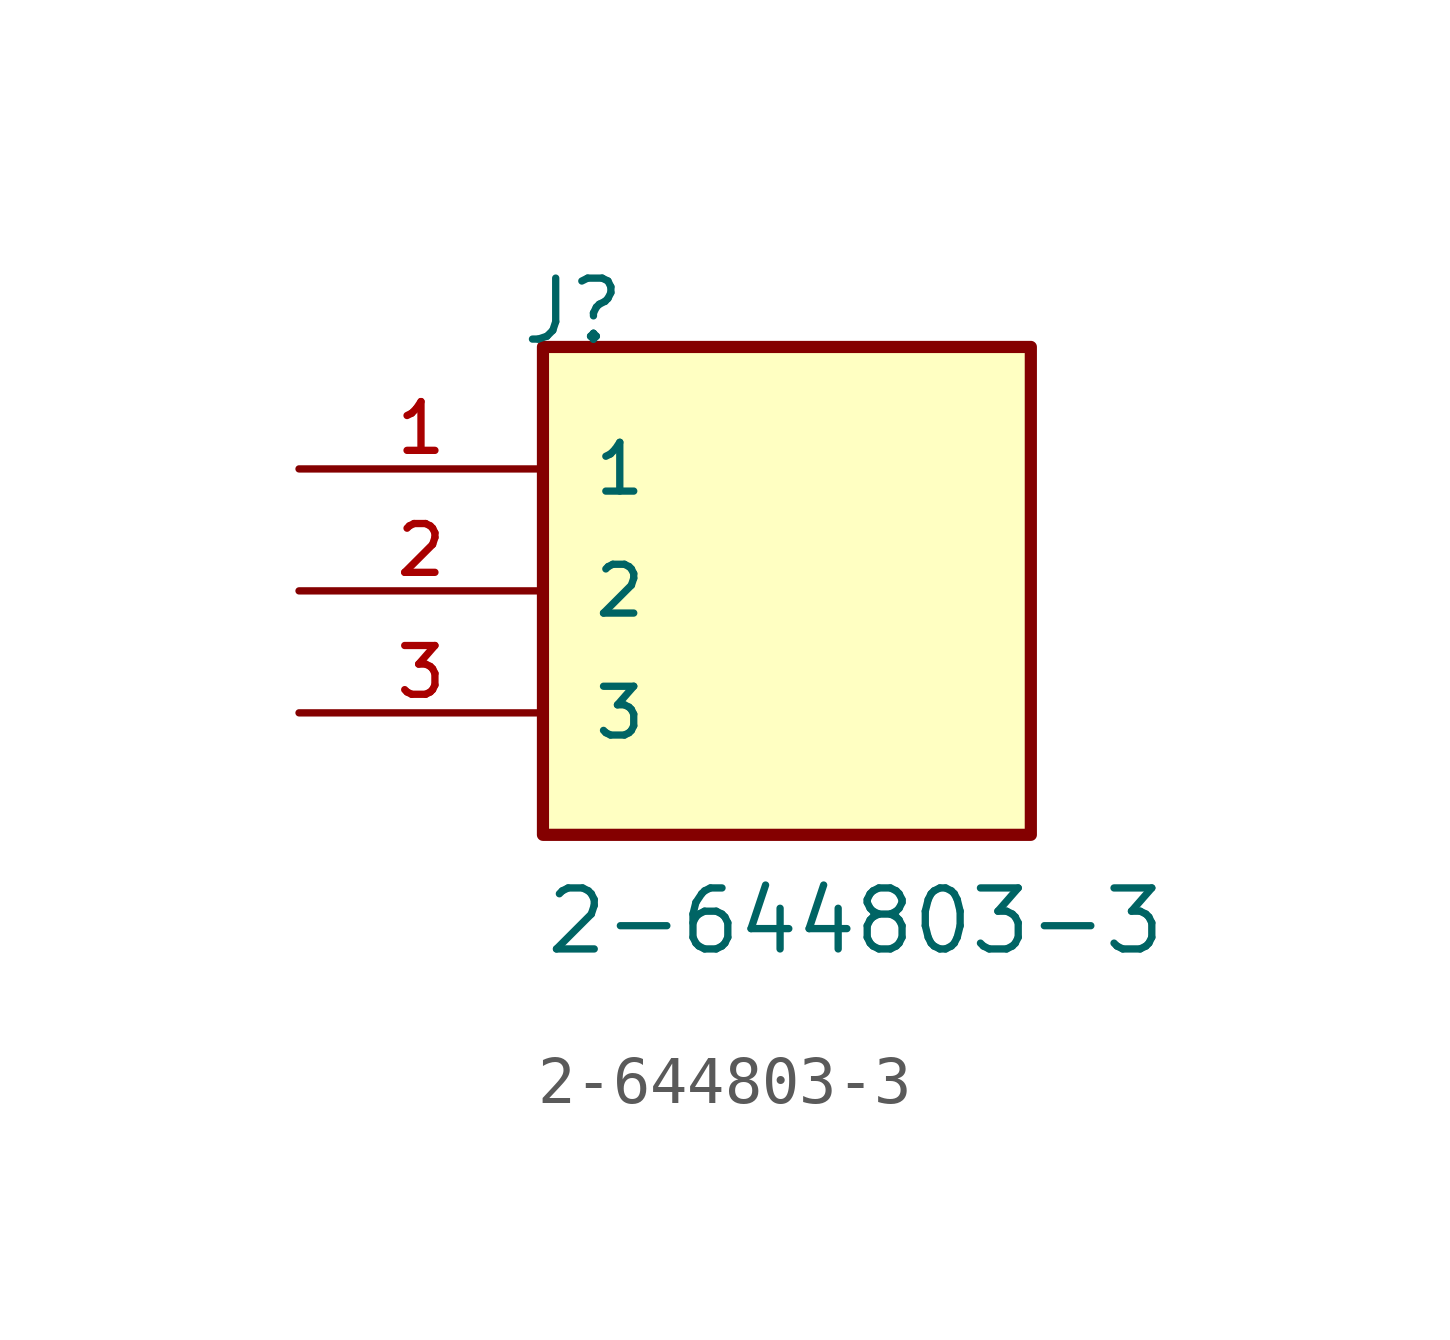
<source format=kicad_sym>
(kicad_symbol_lib
  (version 20211014)
  (generator kicad_symbol_editor)
  (symbol "2-644803-3"
    (pin_names
      (offset 1.016))
    (property "Reference" "J"
      (at -5.58 5.08 0)
      (effects (font (size 1.27 1.27)) (justify bottom left)))
    (property "Value" "2-644803-3"
      (at -5.08 -7.62 0)
      (effects (font (size 1.27 1.27)) (justify bottom left)))
    (symbol "2-644803-3_0_0"
      (rectangle (start -5.08 -5.08) (end 5.08 5.08) (stroke (width 0.254)) (fill (type background)))
      (pin passive line (at -10.16 2.54 0) (length 5.08) (name "1" (effects (font (size 1.016 1.016)))) (number "1" (effects (font (size 1.016 1.016)))))
      (pin passive line (at -10.16 0.0 0) (length 5.08) (name "2" (effects (font (size 1.016 1.016)))) (number "2" (effects (font (size 1.016 1.016)))))
      (pin passive line (at -10.16 -2.54 0) (length 5.08) (name "3" (effects (font (size 1.016 1.016)))) (number "3" (effects (font (size 1.016 1.016))))))))
</source>
